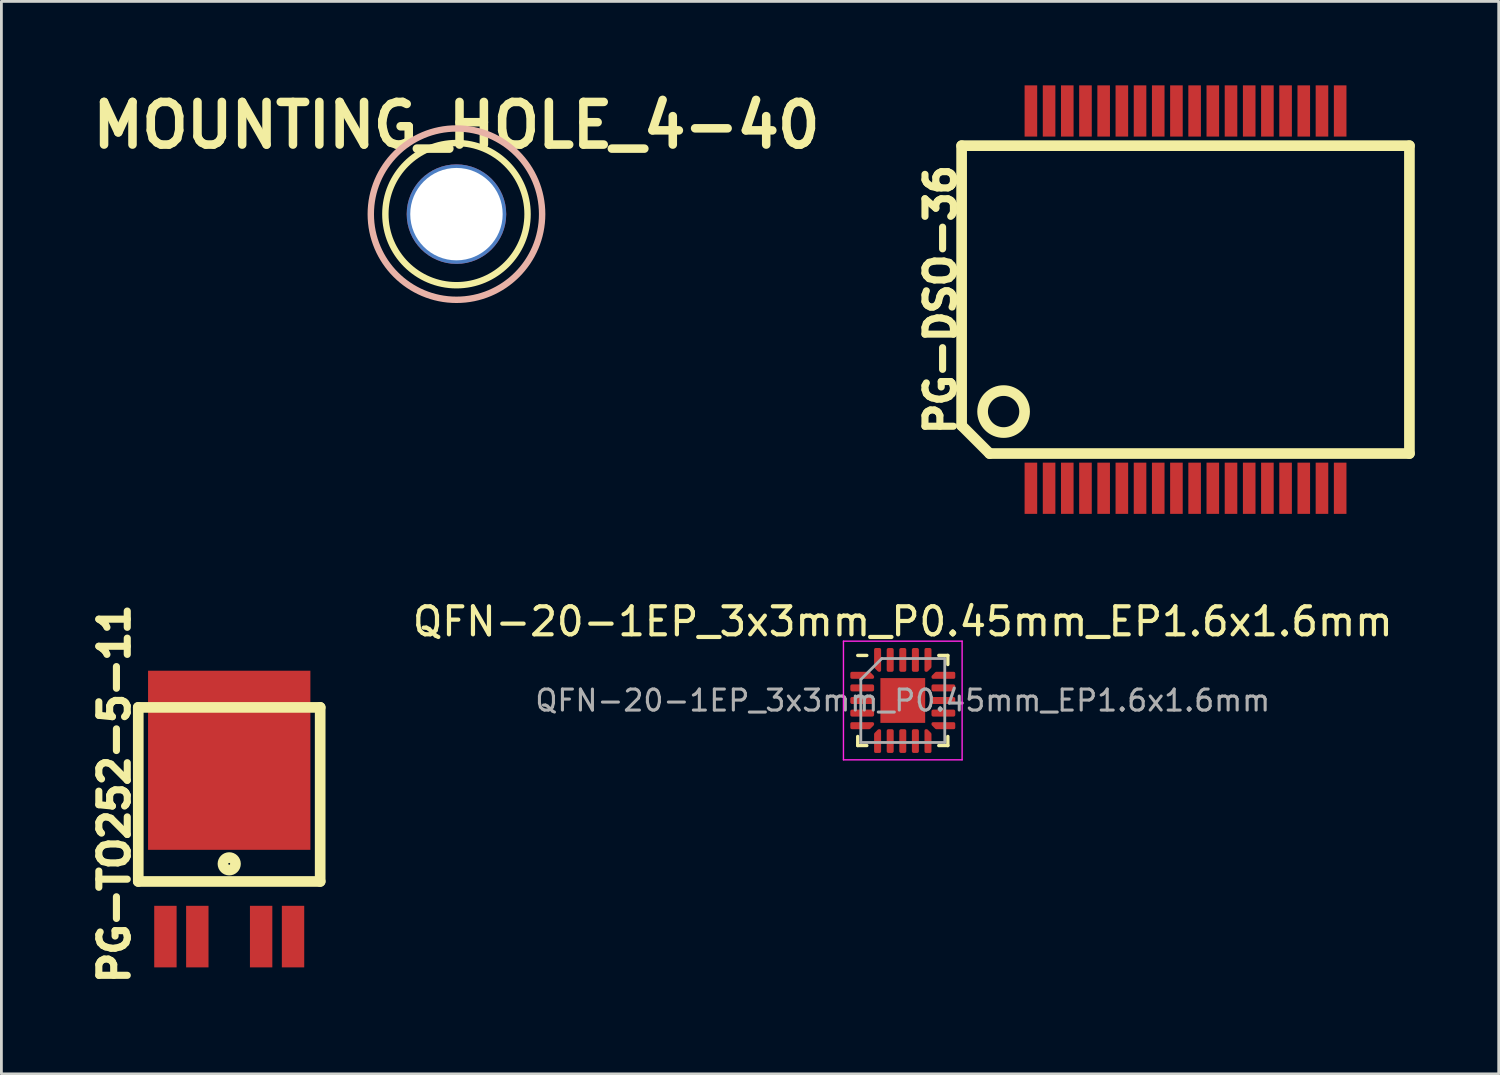
<source format=kicad_pcb>
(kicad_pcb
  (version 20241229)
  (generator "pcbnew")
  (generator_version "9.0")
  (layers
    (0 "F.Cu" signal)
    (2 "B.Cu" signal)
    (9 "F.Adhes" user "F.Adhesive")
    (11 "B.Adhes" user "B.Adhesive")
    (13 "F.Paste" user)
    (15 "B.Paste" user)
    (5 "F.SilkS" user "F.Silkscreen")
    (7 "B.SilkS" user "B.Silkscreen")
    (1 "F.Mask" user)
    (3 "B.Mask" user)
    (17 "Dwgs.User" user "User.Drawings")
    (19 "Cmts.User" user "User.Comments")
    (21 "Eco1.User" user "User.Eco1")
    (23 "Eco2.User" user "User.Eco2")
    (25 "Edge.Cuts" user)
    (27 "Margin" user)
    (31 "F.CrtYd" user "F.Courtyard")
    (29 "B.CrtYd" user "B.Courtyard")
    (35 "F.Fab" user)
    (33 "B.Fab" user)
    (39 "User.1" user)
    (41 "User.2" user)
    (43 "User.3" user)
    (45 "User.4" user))
  (footprint "MOUNTING_HOLE_4-40"
    (layer "F.Cu")
    (at 13.259 4.601)
    (property "Reference" "MOUNTING_HOLE_4-40" (at 0 -3.175 0) (layer "F.SilkS") (effects (font (size 1.524 1.524) (thickness 0.305))))
    (attr through_hole)
    (fp_circle (center 0 0) (end 2.54 0) (stroke (width 0.229) (type solid)) (fill no) (layer "F.SilkS"))
    (fp_circle (center 0 0) (end 3.061 0) (stroke (width 0.229) (type solid)) (fill no) (layer "B.SilkS"))
    (pad "1" thru_hole circle (at 0 0) (size 3.556 3.556) (drill 3.302) (layers "*.Cu" "*.Mask")))
  (footprint "QFN-20-1EP_3x3mm_P0.45mm_EP1.6x1.6mm"
    (layer "F.Cu")
    (at 29.206 21.978)
    (property "Reference" "QFN-20-1EP_3x3mm_P0.45mm_EP1.6x1.6mm" (at 0 -2.82 0) (layer "F.SilkS") (effects (font (size 1 1) (thickness 0.15))))
    (attr smd)
    (fp_line (start -1.61 1.61) (end -1.61 1.285) (stroke (width 0.12) (type solid)) (layer "F.SilkS"))
    (fp_line (start -1.285 -1.61) (end -1.61 -1.61) (stroke (width 0.12) (type solid)) (layer "F.SilkS"))
    (fp_line (start -1.285 1.61) (end -1.61 1.61) (stroke (width 0.12) (type solid)) (layer "F.SilkS"))
    (fp_line (start 1.285 -1.61) (end 1.61 -1.61) (stroke (width 0.12) (type solid)) (layer "F.SilkS"))
    (fp_line (start 1.285 1.61) (end 1.61 1.61) (stroke (width 0.12) (type solid)) (layer "F.SilkS"))
    (fp_line (start 1.61 -1.61) (end 1.61 -1.285) (stroke (width 0.12) (type solid)) (layer "F.SilkS"))
    (fp_line (start 1.61 1.61) (end 1.61 1.285) (stroke (width 0.12) (type solid)) (layer "F.SilkS"))
    (fp_line (start -2.12 -2.12) (end -2.12 2.12) (stroke (width 0.05) (type solid)) (layer "F.CrtYd"))
    (fp_line (start -2.12 2.12) (end 2.12 2.12) (stroke (width 0.05) (type solid)) (layer "F.CrtYd"))
    (fp_line (start 2.12 -2.12) (end -2.12 -2.12) (stroke (width 0.05) (type solid)) (layer "F.CrtYd"))
    (fp_line (start 2.12 2.12) (end 2.12 -2.12) (stroke (width 0.05) (type solid)) (layer "F.CrtYd"))
    (fp_line (start -1.5 -0.75) (end -0.75 -1.5) (stroke (width 0.1) (type solid)) (layer "F.Fab"))
    (fp_line (start -1.5 1.5) (end -1.5 -0.75) (stroke (width 0.1) (type solid)) (layer "F.Fab"))
    (fp_line (start -0.75 -1.5) (end 1.5 -1.5) (stroke (width 0.1) (type solid)) (layer "F.Fab"))
    (fp_line (start 1.5 -1.5) (end 1.5 1.5) (stroke (width 0.1) (type solid)) (layer "F.Fab"))
    (fp_line (start 1.5 1.5) (end -1.5 1.5) (stroke (width 0.1) (type solid)) (layer "F.Fab"))
    (fp_text user "${REFERENCE}" (at 0 0 0) (layer "F.Fab") (effects (font (size 0.75 0.75) (thickness 0.11))))
    (pad "" smd roundrect (at -0.4 -0.4) (size 0.64 0.64) (layers "F.Paste") (roundrect_rratio 0.25))
    (pad "" smd roundrect (at -0.4 0.4) (size 0.64 0.64) (layers "F.Paste") (roundrect_rratio 0.25))
    (pad "" smd roundrect (at 0.4 -0.4) (size 0.64 0.64) (layers "F.Paste") (roundrect_rratio 0.25))
    (pad "" smd roundrect (at 0.4 0.4) (size 0.64 0.64) (layers "F.Paste") (roundrect_rratio 0.25))
    (pad "1" smd custom (at -1.45 -0.9) (size 0.144 0.144) (layers "F.Cu" "F.Mask" "F.Paste") (options (anchor circle)) (primitives (gr_poly (pts (xy -0.375 -0.075) (xy 0.254 -0.075) (xy 0.375 0.046) (xy 0.375 0.075) (xy -0.375 0.075)) (width 0.1) (fill yes))))
    (pad "2" smd roundrect (at -1.45 -0.45) (size 0.85 0.25) (layers "F.Cu" "F.Mask" "F.Paste") (roundrect_rratio 0.25))
    (pad "3" smd roundrect (at -1.45 0) (size 0.85 0.25) (layers "F.Cu" "F.Mask" "F.Paste") (roundrect_rratio 0.25))
    (pad "4" smd roundrect (at -1.45 0.45) (size 0.85 0.25) (layers "F.Cu" "F.Mask" "F.Paste") (roundrect_rratio 0.25))
    (pad "5" smd custom (at -1.45 0.9) (size 0.144 0.144) (layers "F.Cu" "F.Mask" "F.Paste") (options (anchor circle)) (primitives (gr_poly (pts (xy -0.375 -0.075) (xy 0.375 -0.075) (xy 0.375 -0.046) (xy 0.254 0.075) (xy -0.375 0.075)) (width 0.1) (fill yes))))
    (pad "6" smd custom (at -0.9 1.45) (size 0.144 0.144) (layers "F.Cu" "F.Mask" "F.Paste") (options (anchor circle)) (primitives (gr_poly (pts (xy -0.075 -0.254) (xy 0.046 -0.375) (xy 0.075 -0.375) (xy 0.075 0.375) (xy -0.075 0.375)) (width 0.1) (fill yes))))
    (pad "7" smd roundrect (at -0.45 1.45) (size 0.25 0.85) (layers "F.Cu" "F.Mask" "F.Paste") (roundrect_rratio 0.25))
    (pad "8" smd roundrect (at 0 1.45) (size 0.25 0.85) (layers "F.Cu" "F.Mask" "F.Paste") (roundrect_rratio 0.25))
    (pad "9" smd roundrect (at 0.45 1.45) (size 0.25 0.85) (layers "F.Cu" "F.Mask" "F.Paste") (roundrect_rratio 0.25))
    (pad "10" smd custom (at 0.9 1.45) (size 0.144 0.144) (layers "F.Cu" "F.Mask" "F.Paste") (options (anchor circle)) (primitives (gr_poly (pts (xy -0.075 -0.375) (xy -0.046 -0.375) (xy 0.075 -0.254) (xy 0.075 0.375) (xy -0.075 0.375)) (width 0.1) (fill yes))))
    (pad "11" smd custom (at 1.45 0.9) (size 0.144 0.144) (layers "F.Cu" "F.Mask" "F.Paste") (options (anchor circle)) (primitives (gr_poly (pts (xy -0.375 -0.075) (xy 0.375 -0.075) (xy 0.375 0.075) (xy -0.254 0.075) (xy -0.375 -0.046)) (width 0.1) (fill yes))))
    (pad "12" smd roundrect (at 1.45 0.45) (size 0.85 0.25) (layers "F.Cu" "F.Mask" "F.Paste") (roundrect_rratio 0.25))
    (pad "13" smd roundrect (at 1.45 0) (size 0.85 0.25) (layers "F.Cu" "F.Mask" "F.Paste") (roundrect_rratio 0.25))
    (pad "14" smd roundrect (at 1.45 -0.45) (size 0.85 0.25) (layers "F.Cu" "F.Mask" "F.Paste") (roundrect_rratio 0.25))
    (pad "15" smd custom (at 1.45 -0.9) (size 0.144 0.144) (layers "F.Cu" "F.Mask" "F.Paste") (options (anchor circle)) (primitives (gr_poly (pts (xy -0.375 0.046) (xy -0.254 -0.075) (xy 0.375 -0.075) (xy 0.375 0.075) (xy -0.375 0.075)) (width 0.1) (fill yes))))
    (pad "16" smd custom (at 0.9 -1.45) (size 0.144 0.144) (layers "F.Cu" "F.Mask" "F.Paste") (options (anchor circle)) (primitives (gr_poly (pts (xy -0.075 -0.375) (xy 0.075 -0.375) (xy 0.075 0.254) (xy -0.046 0.375) (xy -0.075 0.375)) (width 0.1) (fill yes))))
    (pad "17" smd roundrect (at 0.45 -1.45) (size 0.25 0.85) (layers "F.Cu" "F.Mask" "F.Paste") (roundrect_rratio 0.25))
    (pad "18" smd roundrect (at 0 -1.45) (size 0.25 0.85) (layers "F.Cu" "F.Mask" "F.Paste") (roundrect_rratio 0.25))
    (pad "19" smd roundrect (at -0.45 -1.45) (size 0.25 0.85) (layers "F.Cu" "F.Mask" "F.Paste") (roundrect_rratio 0.25))
    (pad "20" smd custom (at -0.9 -1.45) (size 0.144 0.144) (layers "F.Cu" "F.Mask" "F.Paste") (options (anchor circle)) (primitives (gr_poly (pts (xy -0.075 -0.375) (xy 0.075 -0.375) (xy 0.075 0.375) (xy 0.046 0.375) (xy -0.075 0.254)) (width 0.1) (fill yes))))
    (pad "21" smd rect (at 0 0) (size 1.6 1.6) (layers "F.Cu" "F.Mask")))
  (footprint "PG-TO252-5-11"
    (layer "F.Cu")
    (at 5.14 30.414)
    (property "Reference" "PG-TO252-5-11" (at -4.1 -5.1 90) (layer "F.SilkS") (effects (font (size 1.016 1.016) (thickness 0.254))))
    (attr through_hole)
    (fp_line (start -3.25 -8.19) (end 3.25 -8.19) (stroke (width 0.381) (type solid)) (layer "F.SilkS"))
    (fp_line (start -3.25 -1.97) (end -3.25 -8.19) (stroke (width 0.381) (type solid)) (layer "F.SilkS"))
    (fp_line (start 3.25 -8.19) (end 3.25 -1.97) (stroke (width 0.381) (type solid)) (layer "F.SilkS"))
    (fp_line (start 3.25 -1.97) (end -3.25 -1.97) (stroke (width 0.381) (type solid)) (layer "F.SilkS"))
    (fp_circle (center 0 -2.6) (end 0.1 -2.8) (stroke (width 0.381) (type solid)) (fill no) (layer "F.SilkS"))
    (pad "1" smd rect (at -2.28 0) (size 0.8 2.2) (layers "F.Cu" "F.Mask" "F.Paste"))
    (pad "2" smd rect (at -1.14 0) (size 0.8 2.2) (layers "F.Cu" "F.Mask" "F.Paste"))
    (pad "4" smd rect (at 1.14 0) (size 0.8 2.2) (layers "F.Cu" "F.Mask" "F.Paste"))
    (pad "5" smd rect (at 2.28 0) (size 0.8 2.2) (layers "F.Cu" "F.Mask" "F.Paste"))
    (pad "6" smd rect (at 0 -6.3) (size 5.8 6.4) (layers "F.Cu" "F.Mask" "F.Paste")))
  (footprint "PG-DSO-36"
    (layer "F.Cu")
    (at 39.308 7.655)
    (property "Reference" "PG-DSO-36" (at -8.75 0 90) (layer "F.SilkS") (effects (font (size 1.016 1.016) (thickness 0.254))))
    (attr through_hole)
    (fp_line (start -8 -5.5) (end -8 4.5) (stroke (width 0.381) (type solid)) (layer "F.SilkS"))
    (fp_line (start -8 4.5) (end -7 5.5) (stroke (width 0.381) (type solid)) (layer "F.SilkS"))
    (fp_line (start -7 5.5) (end 8 5.5) (stroke (width 0.381) (type solid)) (layer "F.SilkS"))
    (fp_line (start 8 -5.5) (end -8 -5.5) (stroke (width 0.381) (type solid)) (layer "F.SilkS"))
    (fp_line (start 8 5.5) (end 8 -5.5) (stroke (width 0.381) (type solid)) (layer "F.SilkS"))
    (fp_circle (center -6.5 4) (end -6.5 3.25) (stroke (width 0.381) (type solid)) (fill no) (layer "F.SilkS"))
    (pad "1" smd rect (at -5.525 6.74) (size 0.45 1.83) (layers "F.Cu" "F.Mask" "F.Paste"))
    (pad "2" smd rect (at -4.875 6.74) (size 0.45 1.83) (layers "F.Cu" "F.Mask" "F.Paste"))
    (pad "3" smd rect (at -4.225 6.74) (size 0.45 1.83) (layers "F.Cu" "F.Mask" "F.Paste"))
    (pad "4" smd rect (at -3.575 6.74) (size 0.45 1.83) (layers "F.Cu" "F.Mask" "F.Paste"))
    (pad "5" smd rect (at -2.925 6.74) (size 0.45 1.83) (layers "F.Cu" "F.Mask" "F.Paste"))
    (pad "6" smd rect (at -2.275 6.74) (size 0.45 1.83) (layers "F.Cu" "F.Mask" "F.Paste"))
    (pad "7" smd rect (at -1.625 6.74) (size 0.45 1.83) (layers "F.Cu" "F.Mask" "F.Paste"))
    (pad "8" smd rect (at -0.975 6.74) (size 0.45 1.83) (layers "F.Cu" "F.Mask" "F.Paste"))
    (pad "9" smd rect (at -0.325 6.74) (size 0.45 1.83) (layers "F.Cu" "F.Mask" "F.Paste"))
    (pad "10" smd rect (at 0.325 6.74) (size 0.45 1.83) (layers "F.Cu" "F.Mask" "F.Paste"))
    (pad "11" smd rect (at 0.975 6.74) (size 0.45 1.83) (layers "F.Cu" "F.Mask" "F.Paste"))
    (pad "12" smd rect (at 1.625 6.74) (size 0.45 1.83) (layers "F.Cu" "F.Mask" "F.Paste"))
    (pad "13" smd rect (at 2.275 6.74) (size 0.45 1.83) (layers "F.Cu" "F.Mask" "F.Paste"))
    (pad "14" smd rect (at 2.925 6.74) (size 0.45 1.83) (layers "F.Cu" "F.Mask" "F.Paste"))
    (pad "15" smd rect (at 3.575 6.74) (size 0.45 1.83) (layers "F.Cu" "F.Mask" "F.Paste"))
    (pad "16" smd rect (at 4.225 6.74) (size 0.45 1.83) (layers "F.Cu" "F.Mask" "F.Paste"))
    (pad "17" smd rect (at 4.875 6.74) (size 0.45 1.83) (layers "F.Cu" "F.Mask" "F.Paste"))
    (pad "18" smd rect (at 5.525 6.74) (size 0.45 1.83) (layers "F.Cu" "F.Mask" "F.Paste"))
    (pad "19" smd rect (at 5.525 -6.74) (size 0.45 1.83) (layers "F.Cu" "F.Mask" "F.Paste"))
    (pad "20" smd rect (at 4.875 -6.74) (size 0.45 1.83) (layers "F.Cu" "F.Mask" "F.Paste"))
    (pad "21" smd rect (at 4.225 -6.74) (size 0.45 1.83) (layers "F.Cu" "F.Mask" "F.Paste"))
    (pad "22" smd rect (at 3.575 -6.74) (size 0.45 1.83) (layers "F.Cu" "F.Mask" "F.Paste"))
    (pad "23" smd rect (at 2.925 -6.74) (size 0.45 1.83) (layers "F.Cu" "F.Mask" "F.Paste"))
    (pad "24" smd rect (at 2.275 -6.74) (size 0.45 1.83) (layers "F.Cu" "F.Mask" "F.Paste"))
    (pad "25" smd rect (at 1.625 -6.74) (size 0.45 1.83) (layers "F.Cu" "F.Mask" "F.Paste"))
    (pad "26" smd rect (at 0.975 -6.74) (size 0.45 1.83) (layers "F.Cu" "F.Mask" "F.Paste"))
    (pad "27" smd rect (at 0.325 -6.74) (size 0.45 1.83) (layers "F.Cu" "F.Mask" "F.Paste"))
    (pad "28" smd rect (at -0.325 -6.74) (size 0.45 1.83) (layers "F.Cu" "F.Mask" "F.Paste"))
    (pad "29" smd rect (at -0.975 -6.74) (size 0.45 1.83) (layers "F.Cu" "F.Mask" "F.Paste"))
    (pad "30" smd rect (at -1.625 -6.74) (size 0.45 1.83) (layers "F.Cu" "F.Mask" "F.Paste"))
    (pad "31" smd rect (at -2.275 -6.74) (size 0.45 1.83) (layers "F.Cu" "F.Mask" "F.Paste"))
    (pad "32" smd rect (at -2.925 -6.74) (size 0.45 1.83) (layers "F.Cu" "F.Mask" "F.Paste"))
    (pad "33" smd rect (at -3.575 -6.74) (size 0.45 1.83) (layers "F.Cu" "F.Mask" "F.Paste"))
    (pad "34" smd rect (at -4.225 -6.74) (size 0.45 1.83) (layers "F.Cu" "F.Mask" "F.Paste"))
    (pad "35" smd rect (at -4.875 -6.74) (size 0.45 1.83) (layers "F.Cu" "F.Mask" "F.Paste"))
    (pad "36" smd rect (at -5.525 -6.74) (size 0.45 1.83) (layers "F.Cu" "F.Mask" "F.Paste")))
  (gr_rect
    (start -3 -3)
    (end 50.498 35.319)
    (stroke (width 0.1) (type default))
    (fill no)
    (layer "Edge.Cuts")))
</source>
